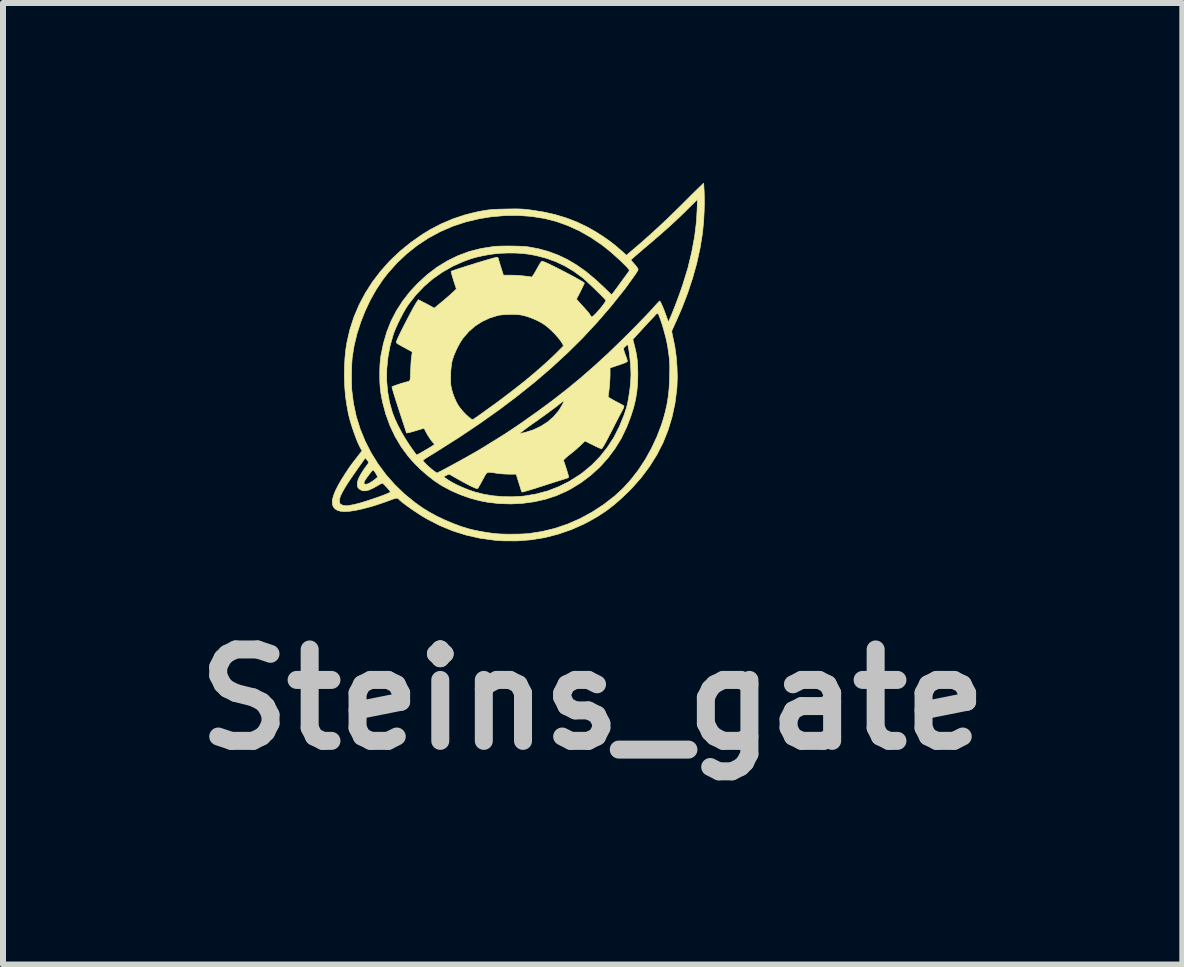
<source format=kicad_pcb>
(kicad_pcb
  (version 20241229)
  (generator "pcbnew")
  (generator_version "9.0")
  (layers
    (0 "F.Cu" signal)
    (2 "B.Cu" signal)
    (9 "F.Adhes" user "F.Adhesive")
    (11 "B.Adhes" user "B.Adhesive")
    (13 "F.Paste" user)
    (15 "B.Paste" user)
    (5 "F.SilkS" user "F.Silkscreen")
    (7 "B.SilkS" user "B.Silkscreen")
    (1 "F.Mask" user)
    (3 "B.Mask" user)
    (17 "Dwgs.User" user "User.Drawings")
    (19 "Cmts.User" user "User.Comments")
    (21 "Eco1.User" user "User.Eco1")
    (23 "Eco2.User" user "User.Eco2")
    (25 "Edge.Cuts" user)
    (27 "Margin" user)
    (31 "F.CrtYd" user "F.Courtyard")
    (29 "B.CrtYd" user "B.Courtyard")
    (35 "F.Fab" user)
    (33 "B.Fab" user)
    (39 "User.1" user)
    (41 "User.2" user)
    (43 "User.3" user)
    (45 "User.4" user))
  (footprint "Steins_gate"
    (layer "F.Cu")
    (at 5.595 2.981)
    (property "Reference" "Steins_gate" (at 1.234 5.629 180) (layer "Dwgs.User") (effects (font (size 1.524 1.524) (thickness 0.3))))
    (attr through_hole)
    (fp_poly (pts (xy 3.084 -2.976) (xy 3.085 -2.965) (xy 3.087 -2.938) (xy 3.089 -2.897) (xy 3.092 -2.845) (xy 3.094 -2.788) (xy 3.096 -2.65) (xy 3.092 -2.5) (xy 3.084 -2.347) (xy 3.07 -2.199) (xy 3.062 -2.127) (xy 3.023 -1.889) (xy 2.969 -1.643) (xy 2.899 -1.393) (xy 2.816 -1.142) (xy 2.72 -0.892) (xy 2.63 -0.687) (xy 2.606 -0.635) (xy 2.585 -0.589) (xy 2.568 -0.551) (xy 2.557 -0.526) (xy 2.553 -0.517) (xy 2.553 -0.501) (xy 2.558 -0.471) (xy 2.566 -0.433) (xy 2.568 -0.423) (xy 2.602 -0.263) (xy 2.626 -0.091) (xy 2.64 0.085) (xy 2.645 0.26) (xy 2.639 0.426) (xy 2.636 0.458) (xy 2.606 0.693) (xy 2.557 0.92) (xy 2.491 1.138) (xy 2.407 1.348) (xy 2.304 1.55) (xy 2.183 1.743) (xy 2.044 1.929) (xy 1.887 2.107) (xy 1.848 2.147) (xy 1.717 2.273) (xy 1.59 2.384) (xy 1.462 2.482) (xy 1.329 2.57) (xy 1.187 2.652) (xy 1.086 2.705) (xy 0.875 2.798) (xy 0.658 2.873) (xy 0.435 2.93) (xy 0.207 2.967) (xy -0.024 2.985) (xy -0.257 2.984) (xy -0.408 2.973) (xy -0.646 2.94) (xy -0.876 2.888) (xy -1.098 2.818) (xy -1.314 2.729) (xy -1.524 2.621) (xy -1.603 2.575) (xy -1.658 2.54) (xy -1.717 2.501) (xy -1.778 2.46) (xy -1.837 2.418) (xy -1.892 2.378) (xy -1.939 2.342) (xy -1.975 2.312) (xy -1.997 2.291) (xy -2.011 2.278) (xy -2.027 2.273) (xy -2.05 2.275) (xy -2.083 2.284) (xy -2.118 2.297) (xy -2.221 2.335) (xy -2.311 2.366) (xy -2.393 2.393) (xy -2.47 2.416) (xy -2.549 2.437) (xy -2.6 2.45) (xy -2.717 2.476) (xy -2.818 2.491) (xy -2.902 2.496) (xy -2.972 2.49) (xy -3.026 2.473) (xy -3.066 2.446) (xy -3.093 2.409) (xy -3.098 2.394) (xy -3.106 2.348) (xy -3.104 2.316) (xy -2.988 2.316) (xy -2.988 2.317) (xy -2.984 2.351) (xy -2.969 2.374) (xy -2.938 2.388) (xy -2.932 2.39) (xy -2.905 2.397) (xy -2.876 2.399) (xy -2.842 2.397) (xy -2.797 2.389) (xy -2.746 2.38) (xy -2.701 2.369) (xy -2.645 2.354) (xy -2.581 2.335) (xy -2.512 2.313) (xy -2.442 2.29) (xy -2.372 2.266) (xy -2.306 2.243) (xy -2.247 2.221) (xy -2.198 2.201) (xy -2.161 2.185) (xy -2.14 2.173) (xy -2.138 2.172) (xy -2.141 2.162) (xy -2.155 2.142) (xy -2.177 2.116) (xy -2.202 2.088) (xy -2.228 2.06) (xy -2.251 2.038) (xy -2.268 2.024) (xy -2.273 2.022) (xy -2.285 2.027) (xy -2.31 2.04) (xy -2.343 2.059) (xy -2.357 2.067) (xy -2.432 2.109) (xy -2.496 2.137) (xy -2.55 2.15) (xy -2.595 2.15) (xy -2.634 2.135) (xy -2.654 2.121) (xy -2.677 2.098) (xy -2.687 2.076) (xy -2.689 2.047) (xy -2.687 2.021) (xy -2.578 2.021) (xy -2.575 2.032) (xy -2.558 2.041) (xy -2.53 2.039) (xy -2.503 2.03) (xy -2.48 2.018) (xy -2.45 1.999) (xy -2.418 1.977) (xy -2.388 1.954) (xy -2.365 1.935) (xy -2.352 1.922) (xy -2.351 1.919) (xy -2.356 1.905) (xy -2.369 1.88) (xy -2.387 1.85) (xy -2.407 1.821) (xy -2.411 1.816) (xy -2.419 1.807) (xy -2.426 1.803) (xy -2.435 1.808) (xy -2.449 1.823) (xy -2.471 1.85) (xy -2.498 1.885) (xy -2.535 1.936) (xy -2.56 1.974) (xy -2.574 2.002) (xy -2.578 2.021) (xy -2.687 2.021) (xy -2.686 2.009) (xy -2.677 1.97) (xy -2.674 1.961) (xy -2.658 1.925) (xy -2.633 1.878) (xy -2.601 1.826) (xy -2.567 1.776) (xy -2.536 1.733) (xy -2.516 1.707) (xy -2.504 1.686) (xy -2.5 1.678) (xy -2.506 1.665) (xy -2.521 1.643) (xy -2.528 1.634) (xy -2.556 1.601) (xy -2.661 1.749) (xy -2.737 1.858) (xy -2.802 1.952) (xy -2.856 2.034) (xy -2.899 2.103) (xy -2.933 2.162) (xy -2.958 2.212) (xy -2.975 2.253) (xy -2.985 2.288) (xy -2.988 2.316) (xy -3.104 2.316) (xy -3.102 2.292) (xy -3.085 2.228) (xy -3.055 2.152) (xy -3.012 2.066) (xy -2.955 1.967) (xy -2.885 1.856) (xy -2.866 1.828) (xy -2.836 1.782) (xy -2.809 1.743) (xy -2.783 1.707) (xy -2.755 1.67) (xy -2.722 1.627) (xy -2.682 1.576) (xy -2.652 1.537) (xy -2.609 1.483) (xy -2.629 1.451) (xy -2.654 1.404) (xy -2.683 1.341) (xy -2.713 1.266) (xy -2.743 1.184) (xy -2.772 1.099) (xy -2.799 1.013) (xy -2.822 0.932) (xy -2.839 0.859) (xy -2.845 0.827) (xy -2.849 0.805) (xy -2.855 0.77) (xy -2.863 0.731) (xy -2.863 0.727) (xy -2.885 0.584) (xy -2.898 0.428) (xy -2.904 0.285) (xy -2.786 0.285) (xy -2.785 0.361) (xy -2.783 0.428) (xy -2.781 0.473) (xy -2.753 0.693) (xy -2.707 0.908) (xy -2.642 1.118) (xy -2.559 1.321) (xy -2.459 1.517) (xy -2.342 1.705) (xy -2.21 1.883) (xy -2.061 2.051) (xy -1.898 2.208) (xy -1.72 2.352) (xy -1.601 2.436) (xy -1.486 2.507) (xy -1.357 2.577) (xy -1.219 2.642) (xy -1.077 2.701) (xy -0.938 2.752) (xy -0.806 2.791) (xy -0.77 2.8) (xy -0.658 2.823) (xy -0.539 2.844) (xy -0.424 2.86) (xy -0.324 2.869) (xy -0.27 2.871) (xy -0.203 2.873) (xy -0.129 2.873) (xy -0.051 2.872) (xy 0.024 2.871) (xy 0.092 2.868) (xy 0.148 2.865) (xy 0.169 2.863) (xy 0.389 2.829) (xy 0.606 2.776) (xy 0.818 2.704) (xy 1.024 2.614) (xy 1.225 2.505) (xy 1.418 2.379) (xy 1.6 2.238) (xy 1.74 2.109) (xy 1.873 1.962) (xy 1.998 1.801) (xy 2.112 1.627) (xy 2.214 1.443) (xy 2.304 1.251) (xy 2.38 1.053) (xy 2.411 0.956) (xy 2.446 0.829) (xy 2.473 0.707) (xy 2.493 0.585) (xy 2.507 0.457) (xy 2.515 0.318) (xy 2.517 0.244) (xy 2.519 0.164) (xy 2.519 0.099) (xy 2.519 0.045) (xy 2.516 -0.006) (xy 2.512 -0.056) (xy 2.505 -0.111) (xy 2.496 -0.175) (xy 2.485 -0.254) (xy 2.474 -0.311) (xy 2.459 -0.381) (xy 2.439 -0.458) (xy 2.418 -0.536) (xy 2.396 -0.611) (xy 2.375 -0.675) (xy 2.369 -0.692) (xy 2.35 -0.745) (xy 2.336 -0.781) (xy 2.325 -0.802) (xy 2.314 -0.808) (xy 2.299 -0.8) (xy 2.28 -0.781) (xy 2.252 -0.75) (xy 2.248 -0.746) (xy 2.21 -0.706) (xy 2.164 -0.657) (xy 2.114 -0.603) (xy 2.063 -0.548) (xy 2.015 -0.495) (xy 1.973 -0.45) (xy 1.941 -0.414) (xy 1.94 -0.413) (xy 1.904 -0.373) (xy 1.928 -0.28) (xy 1.95 -0.19) (xy 1.966 -0.108) (xy 1.977 -0.027) (xy 1.983 0.058) (xy 1.986 0.155) (xy 1.987 0.209) (xy 1.983 0.359) (xy 1.97 0.501) (xy 1.947 0.638) (xy 1.913 0.775) (xy 1.867 0.917) (xy 1.809 1.069) (xy 1.799 1.092) (xy 1.712 1.274) (xy 1.607 1.445) (xy 1.487 1.606) (xy 1.352 1.755) (xy 1.203 1.891) (xy 1.041 2.013) (xy 0.867 2.12) (xy 0.792 2.159) (xy 0.624 2.233) (xy 0.445 2.291) (xy 0.258 2.333) (xy 0.066 2.359) (xy -0.13 2.369) (xy -0.327 2.363) (xy -0.523 2.34) (xy -0.65 2.315) (xy -0.807 2.273) (xy -0.968 2.216) (xy -1.125 2.148) (xy -1.271 2.07) (xy -1.298 2.054) (xy -1.409 1.98) (xy -1.493 1.914) (xy -1.25 1.914) (xy -1.223 1.936) (xy -1.169 1.974) (xy -1.099 2.015) (xy -1.018 2.057) (xy -0.928 2.097) (xy -0.836 2.134) (xy -0.743 2.166) (xy -0.727 2.171) (xy -0.584 2.207) (xy -0.43 2.233) (xy -0.268 2.247) (xy -0.106 2.25) (xy 0.053 2.241) (xy 0.095 2.237) (xy 0.294 2.203) (xy 0.485 2.152) (xy 0.667 2.082) (xy 0.843 1.994) (xy 1.011 1.888) (xy 1.072 1.844) (xy 1.222 1.719) (xy 1.358 1.579) (xy 1.479 1.426) (xy 1.587 1.26) (xy 1.679 1.079) (xy 1.758 0.886) (xy 1.797 0.767) (xy 1.815 0.697) (xy 1.831 0.612) (xy 1.846 0.518) (xy 1.859 0.421) (xy 1.867 0.325) (xy 1.872 0.237) (xy 1.872 0.204) (xy 1.871 0.153) (xy 1.868 0.091) (xy 1.863 0.022) (xy 1.856 -0.049) (xy 1.849 -0.117) (xy 1.841 -0.177) (xy 1.833 -0.224) (xy 1.83 -0.239) (xy 1.817 -0.293) (xy 1.78 -0.259) (xy 1.764 -0.244) (xy 1.754 -0.232) (xy 1.75 -0.219) (xy 1.751 -0.202) (xy 1.758 -0.176) (xy 1.771 -0.137) (xy 1.787 -0.095) (xy 1.8 -0.059) (xy 1.809 -0.029) (xy 1.813 -0.01) (xy 1.813 -0.01) (xy 1.806 -0.001) (xy 1.785 0.011) (xy 1.748 0.026) (xy 1.694 0.045) (xy 1.668 0.054) (xy 1.524 0.102) (xy 1.524 0.218) (xy 1.522 0.279) (xy 1.518 0.351) (xy 1.511 0.428) (xy 1.503 0.503) (xy 1.494 0.567) (xy 1.491 0.582) (xy 1.499 0.59) (xy 1.521 0.605) (xy 1.555 0.625) (xy 1.598 0.649) (xy 1.617 0.659) (xy 1.663 0.683) (xy 1.704 0.705) (xy 1.735 0.722) (xy 1.752 0.733) (xy 1.755 0.735) (xy 1.755 0.749) (xy 1.744 0.779) (xy 1.72 0.823) (xy 1.72 0.823) (xy 1.703 0.856) (xy 1.678 0.902) (xy 1.649 0.959) (xy 1.617 1.021) (xy 1.584 1.086) (xy 1.574 1.106) (xy 1.528 1.196) (xy 1.487 1.274) (xy 1.452 1.34) (xy 1.423 1.391) (xy 1.401 1.427) (xy 1.387 1.447) (xy 1.384 1.45) (xy 1.372 1.447) (xy 1.347 1.437) (xy 1.31 1.421) (xy 1.265 1.399) (xy 1.241 1.387) (xy 1.106 1.32) (xy 1.028 1.395) (xy 0.986 1.434) (xy 0.938 1.476) (xy 0.893 1.513) (xy 0.876 1.526) (xy 0.84 1.554) (xy 0.806 1.582) (xy 0.781 1.605) (xy 0.774 1.611) (xy 0.747 1.64) (xy 0.767 1.699) (xy 0.786 1.754) (xy 0.803 1.809) (xy 0.818 1.857) (xy 0.828 1.894) (xy 0.831 1.904) (xy 0.833 1.917) (xy 0.83 1.927) (xy 0.818 1.935) (xy 0.794 1.944) (xy 0.755 1.956) (xy 0.75 1.957) (xy 0.713 1.969) (xy 0.662 1.985) (xy 0.601 2.004) (xy 0.533 2.026) (xy 0.464 2.048) (xy 0.396 2.07) (xy 0.336 2.089) (xy 0.294 2.103) (xy 0.268 2.112) (xy 0.231 2.122) (xy 0.19 2.135) (xy 0.147 2.147) (xy 0.109 2.158) (xy 0.078 2.167) (xy 0.06 2.171) (xy 0.058 2.171) (xy 0.05 2.163) (xy 0.045 2.149) (xy 0.039 2.131) (xy 0.03 2.099) (xy 0.016 2.056) (xy 0.001 2.008) (xy -0.002 2) (xy -0.041 1.873) (xy -0.153 1.873) (xy -0.214 1.871) (xy -0.281 1.867) (xy -0.344 1.86) (xy -0.369 1.857) (xy -0.428 1.847) (xy -0.47 1.842) (xy -0.5 1.841) (xy -0.523 1.848) (xy -0.541 1.864) (xy -0.559 1.891) (xy -0.58 1.93) (xy -0.601 1.969) (xy -0.627 2.016) (xy -0.65 2.057) (xy -0.668 2.089) (xy -0.68 2.108) (xy -0.683 2.111) (xy -0.697 2.112) (xy -0.727 2.103) (xy -0.774 2.082) (xy -0.836 2.051) (xy -0.915 2.009) (xy -1.011 1.956) (xy -1.016 1.953) (xy -1.16 1.871) (xy -1.25 1.914) (xy -1.493 1.914) (xy -1.523 1.891) (xy -1.635 1.793) (xy -1.739 1.69) (xy -1.779 1.646) (xy -1.594 1.646) (xy -1.586 1.659) (xy -1.566 1.682) (xy -1.537 1.712) (xy -1.502 1.744) (xy -1.465 1.777) (xy -1.428 1.807) (xy -1.395 1.832) (xy -1.37 1.848) (xy -1.357 1.853) (xy -1.347 1.848) (xy -1.323 1.835) (xy -1.286 1.816) (xy -1.238 1.791) (xy -1.184 1.762) (xy -1.147 1.742) (xy -1.081 1.706) (xy -1.013 1.669) (xy -0.949 1.634) (xy -0.892 1.602) (xy -0.847 1.577) (xy -0.837 1.571) (xy -0.791 1.545) (xy -0.746 1.519) (xy -0.709 1.498) (xy -0.687 1.486) (xy -0.664 1.472) (xy -0.627 1.45) (xy -0.579 1.421) (xy -0.523 1.386) (xy -0.462 1.348) (xy -0.398 1.309) (xy -0.334 1.269) (xy -0.274 1.232) (xy -0.22 1.198) (xy -0.212 1.193) (xy 0.021 1.193) (xy 0.026 1.195) (xy 0.042 1.192) (xy 0.074 1.185) (xy 0.112 1.176) (xy 0.247 1.133) (xy 0.37 1.075) (xy 0.482 1.003) (xy 0.58 0.918) (xy 0.663 0.821) (xy 0.669 0.812) (xy 0.689 0.782) (xy 0.71 0.747) (xy 0.73 0.712) (xy 0.746 0.68) (xy 0.756 0.658) (xy 0.757 0.652) (xy 0.754 0.651) (xy 0.745 0.656) (xy 0.728 0.668) (xy 0.7 0.689) (xy 0.659 0.721) (xy 0.633 0.742) (xy 0.595 0.771) (xy 0.547 0.806) (xy 0.498 0.843) (xy 0.463 0.868) (xy 0.421 0.899) (xy 0.381 0.927) (xy 0.348 0.951) (xy 0.329 0.966) (xy 0.299 0.987) (xy 0.269 1.007) (xy 0.264 1.01) (xy 0.246 1.023) (xy 0.217 1.043) (xy 0.18 1.07) (xy 0.14 1.099) (xy 0.101 1.128) (xy 0.066 1.155) (xy 0.04 1.175) (xy 0.025 1.187) (xy 0.021 1.193) (xy -0.212 1.193) (xy -0.199 1.184) (xy -0.164 1.161) (xy -0.116 1.129) (xy -0.061 1.092) (xy -0.002 1.052) (xy 0.055 1.013) (xy 0.318 0.827) (xy 0.567 0.643) (xy 0.805 0.458) (xy 1.035 0.268) (xy 1.261 0.071) (xy 1.487 -0.136) (xy 1.716 -0.357) (xy 1.854 -0.494) (xy 1.921 -0.562) (xy 1.988 -0.63) (xy 2.052 -0.697) (xy 2.112 -0.758) (xy 2.164 -0.813) (xy 2.207 -0.859) (xy 2.239 -0.894) (xy 2.241 -0.896) (xy 2.276 -0.936) (xy 2.307 -0.97) (xy 2.332 -0.996) (xy 2.346 -1.011) (xy 2.35 -1.014) (xy 2.358 -1.007) (xy 2.371 -0.984) (xy 2.388 -0.948) (xy 2.408 -0.901) (xy 2.429 -0.848) (xy 2.45 -0.792) (xy 2.469 -0.739) (xy 2.482 -0.703) (xy 2.491 -0.682) (xy 2.497 -0.672) (xy 2.501 -0.672) (xy 2.505 -0.68) (xy 2.51 -0.692) (xy 2.523 -0.724) (xy 2.535 -0.752) (xy 2.553 -0.794) (xy 2.576 -0.851) (xy 2.603 -0.919) (xy 2.632 -0.995) (xy 2.662 -1.076) (xy 2.691 -1.156) (xy 2.718 -1.233) (xy 2.739 -1.295) (xy 2.821 -1.562) (xy 2.885 -1.826) (xy 2.933 -2.085) (xy 2.964 -2.337) (xy 2.975 -2.532) (xy 2.981 -2.708) (xy 2.778 -2.507) (xy 2.691 -2.422) (xy 2.6 -2.336) (xy 2.503 -2.247) (xy 2.397 -2.153) (xy 2.28 -2.051) (xy 2.151 -1.941) (xy 2.076 -1.878) (xy 2.031 -1.839) (xy 1.988 -1.802) (xy 1.95 -1.769) (xy 1.921 -1.744) (xy 1.914 -1.738) (xy 1.87 -1.697) (xy 1.931 -1.628) (xy 1.958 -1.596) (xy 1.979 -1.567) (xy 1.99 -1.547) (xy 1.992 -1.541) (xy 1.987 -1.526) (xy 1.972 -1.499) (xy 1.95 -1.465) (xy 1.935 -1.443) (xy 1.883 -1.37) (xy 1.842 -1.313) (xy 1.809 -1.267) (xy 1.783 -1.231) (xy 1.762 -1.204) (xy 1.758 -1.199) (xy 1.536 -0.921) (xy 1.305 -0.654) (xy 1.064 -0.395) (xy 0.811 -0.145) (xy 0.544 0.101) (xy 0.263 0.342) (xy -0.035 0.58) (xy -0.305 0.784) (xy -0.639 1.021) (xy -0.988 1.256) (xy -1.356 1.489) (xy -1.404 1.519) (xy -1.466 1.557) (xy -1.513 1.586) (xy -1.546 1.607) (xy -1.569 1.622) (xy -1.583 1.632) (xy -1.591 1.639) (xy -1.593 1.644) (xy -1.594 1.646) (xy -1.779 1.646) (xy -1.831 1.586) (xy -1.837 1.58) (xy -1.957 1.417) (xy -2.06 1.244) (xy -2.146 1.061) (xy -2.216 0.868) (xy -2.27 0.664) (xy -2.298 0.513) (xy -2.307 0.438) (xy -2.313 0.349) (xy -2.314 0.31) (xy -2.2 0.31) (xy -2.184 0.496) (xy -2.152 0.676) (xy -2.103 0.849) (xy -2.101 0.854) (xy -2.064 0.948) (xy -2.016 1.052) (xy -1.96 1.159) (xy -1.899 1.265) (xy -1.836 1.364) (xy -1.822 1.385) (xy -1.781 1.444) (xy -1.747 1.492) (xy -1.721 1.527) (xy -1.705 1.548) (xy -1.699 1.554) (xy -1.689 1.549) (xy -1.666 1.536) (xy -1.633 1.518) (xy -1.607 1.503) (xy -1.551 1.47) (xy -1.508 1.445) (xy -1.478 1.427) (xy -1.456 1.413) (xy -1.44 1.403) (xy -1.427 1.394) (xy -1.425 1.392) (xy -1.4 1.375) (xy -1.426 1.347) (xy -1.454 1.313) (xy -1.487 1.267) (xy -1.518 1.218) (xy -1.544 1.172) (xy -1.554 1.15) (xy -1.57 1.12) (xy -1.583 1.108) (xy -1.587 1.109) (xy -1.612 1.117) (xy -1.649 1.129) (xy -1.694 1.142) (xy -1.74 1.156) (xy -1.783 1.168) (xy -1.816 1.177) (xy -1.833 1.18) (xy -1.868 1.187) (xy -1.969 0.88) (xy -2.006 0.767) (xy -2.038 0.668) (xy -2.064 0.584) (xy -2.085 0.517) (xy -2.1 0.465) (xy -2.109 0.432) (xy -2.112 0.417) (xy -2.103 0.412) (xy -2.079 0.402) (xy -2.045 0.39) (xy -2.004 0.376) (xy -1.962 0.362) (xy -1.921 0.35) (xy -1.887 0.34) (xy -1.863 0.334) (xy -1.863 0.334) (xy -1.843 0.33) (xy -1.828 0.326) (xy -1.818 0.318) (xy -1.811 0.304) (xy -1.134 0.304) (xy -1.132 0.369) (xy -1.128 0.403) (xy -1.115 0.463) (xy -1.095 0.532) (xy -1.068 0.603) (xy -1.039 0.668) (xy -1.015 0.712) (xy -0.988 0.753) (xy -0.954 0.796) (xy -0.917 0.839) (xy -0.878 0.879) (xy -0.84 0.914) (xy -0.807 0.942) (xy -0.78 0.959) (xy -0.762 0.963) (xy -0.762 0.962) (xy -0.75 0.955) (xy -0.725 0.938) (xy -0.69 0.914) (xy -0.646 0.883) (xy -0.601 0.851) (xy -0.552 0.815) (xy -0.506 0.782) (xy -0.467 0.754) (xy -0.438 0.733) (xy -0.423 0.723) (xy -0.39 0.699) (xy -0.345 0.666) (xy -0.289 0.624) (xy -0.227 0.577) (xy -0.161 0.527) (xy -0.095 0.476) (xy -0.031 0.426) (xy 0.028 0.38) (xy 0.079 0.34) (xy 0.085 0.335) (xy 0.18 0.257) (xy 0.277 0.175) (xy 0.374 0.091) (xy 0.465 0.009) (xy 0.549 -0.068) (xy 0.622 -0.138) (xy 0.646 -0.162) (xy 0.749 -0.266) (xy 0.732 -0.3) (xy 0.702 -0.347) (xy 0.66 -0.401) (xy 0.609 -0.459) (xy 0.551 -0.517) (xy 0.491 -0.572) (xy 0.45 -0.605) (xy 0.391 -0.645) (xy 0.319 -0.684) (xy 0.239 -0.72) (xy 0.158 -0.75) (xy 0.115 -0.763) (xy 0.07 -0.774) (xy 0.032 -0.782) (xy -0.007 -0.786) (xy -0.052 -0.789) (xy -0.109 -0.79) (xy -0.129 -0.79) (xy -0.211 -0.788) (xy -0.277 -0.783) (xy -0.331 -0.776) (xy -0.349 -0.772) (xy -0.483 -0.73) (xy -0.61 -0.671) (xy -0.726 -0.596) (xy -0.831 -0.505) (xy -0.923 -0.399) (xy -0.939 -0.377) (xy -0.975 -0.321) (xy -1.013 -0.252) (xy -1.049 -0.177) (xy -1.08 -0.103) (xy -1.103 -0.036) (xy -1.105 -0.03) (xy -1.116 0.019) (xy -1.124 0.083) (xy -1.131 0.155) (xy -1.134 0.231) (xy -1.134 0.304) (xy -1.811 0.304) (xy -1.811 0.304) (xy -1.807 0.281) (xy -1.804 0.246) (xy -1.802 0.196) (xy -1.8 0.137) (xy -1.797 0.074) (xy -1.794 0.013) (xy -1.79 -0.04) (xy -1.785 -0.082) (xy -1.782 -0.104) (xy -1.776 -0.138) (xy -1.775 -0.158) (xy -1.779 -0.168) (xy -1.784 -0.172) (xy -1.797 -0.179) (xy -1.825 -0.194) (xy -1.863 -0.215) (xy -1.907 -0.239) (xy -1.921 -0.246) (xy -1.969 -0.273) (xy -2.003 -0.292) (xy -2.024 -0.306) (xy -2.035 -0.317) (xy -2.039 -0.327) (xy -2.038 -0.335) (xy -2.029 -0.359) (xy -2.012 -0.397) (xy -1.989 -0.447) (xy -1.96 -0.507) (xy -1.927 -0.573) (xy -1.891 -0.644) (xy -1.854 -0.715) (xy -1.817 -0.785) (xy -1.782 -0.851) (xy -1.75 -0.91) (xy -1.722 -0.959) (xy -1.699 -0.996) (xy -1.691 -1.008) (xy -1.672 -1.036) (xy -1.576 -0.986) (xy -1.532 -0.964) (xy -1.491 -0.942) (xy -1.458 -0.924) (xy -1.443 -0.916) (xy -1.407 -0.894) (xy -1.289 -0.991) (xy -1.241 -1.031) (xy -1.192 -1.073) (xy -1.147 -1.112) (xy -1.111 -1.145) (xy -1.104 -1.151) (xy -1.038 -1.214) (xy -1.06 -1.282) (xy -1.08 -1.343) (xy -1.097 -1.398) (xy -1.111 -1.446) (xy -1.12 -1.481) (xy -1.125 -1.503) (xy -1.125 -1.508) (xy -1.112 -1.514) (xy -1.083 -1.524) (xy -1.04 -1.539) (xy -0.985 -1.557) (xy -0.922 -1.577) (xy -0.852 -1.6) (xy -0.779 -1.622) (xy -0.704 -1.646) (xy -0.631 -1.668) (xy -0.561 -1.689) (xy -0.498 -1.707) (xy -0.445 -1.723) (xy -0.402 -1.734) (xy -0.374 -1.741) (xy -0.364 -1.743) (xy -0.347 -1.738) (xy -0.337 -1.721) (xy -0.335 -1.711) (xy -0.33 -1.689) (xy -0.319 -1.653) (xy -0.306 -1.608) (xy -0.291 -1.561) (xy -0.254 -1.444) (xy -0.129 -1.444) (xy -0.077 -1.443) (xy -0.017 -1.44) (xy 0.046 -1.435) (xy 0.107 -1.429) (xy 0.16 -1.423) (xy 0.201 -1.416) (xy 0.217 -1.413) (xy 0.225 -1.42) (xy 0.242 -1.442) (xy 0.264 -1.477) (xy 0.29 -1.522) (xy 0.302 -1.544) (xy 0.331 -1.596) (xy 0.353 -1.633) (xy 0.369 -1.657) (xy 0.381 -1.671) (xy 0.391 -1.676) (xy 0.397 -1.676) (xy 0.415 -1.67) (xy 0.448 -1.657) (xy 0.492 -1.637) (xy 0.546 -1.611) (xy 0.607 -1.581) (xy 0.672 -1.548) (xy 0.741 -1.513) (xy 0.809 -1.477) (xy 0.875 -1.442) (xy 0.937 -1.409) (xy 0.991 -1.378) (xy 1.037 -1.352) (xy 1.071 -1.331) (xy 1.091 -1.317) (xy 1.096 -1.312) (xy 1.091 -1.3) (xy 1.079 -1.274) (xy 1.062 -1.237) (xy 1.04 -1.193) (xy 1.016 -1.145) (xy 0.991 -1.097) (xy 0.982 -1.081) (xy 0.971 -1.059) (xy 0.966 -1.045) (xy 0.966 -1.044) (xy 0.973 -1.035) (xy 0.991 -1.014) (xy 1.017 -0.983) (xy 1.051 -0.947) (xy 1.072 -0.924) (xy 1.11 -0.883) (xy 1.144 -0.844) (xy 1.172 -0.81) (xy 1.189 -0.786) (xy 1.193 -0.779) (xy 1.206 -0.758) (xy 1.218 -0.747) (xy 1.219 -0.747) (xy 1.233 -0.755) (xy 1.257 -0.775) (xy 1.287 -0.805) (xy 1.32 -0.842) (xy 1.355 -0.882) (xy 1.389 -0.923) (xy 1.418 -0.961) (xy 1.44 -0.993) (xy 1.452 -1.016) (xy 1.454 -1.023) (xy 1.447 -1.033) (xy 1.428 -1.055) (xy 1.399 -1.085) (xy 1.362 -1.123) (xy 1.319 -1.165) (xy 1.273 -1.211) (xy 1.225 -1.256) (xy 1.179 -1.3) (xy 1.137 -1.34) (xy 1.1 -1.373) (xy 1.071 -1.399) (xy 1.06 -1.407) (xy 0.915 -1.512) (xy 0.769 -1.599) (xy 0.619 -1.67) (xy 0.46 -1.727) (xy 0.291 -1.771) (xy 0.181 -1.792) (xy 0.075 -1.805) (xy -0.044 -1.813) (xy -0.168 -1.814) (xy -0.293 -1.81) (xy -0.411 -1.799) (xy -0.489 -1.788) (xy -0.578 -1.772) (xy -0.654 -1.756) (xy -0.722 -1.74) (xy -0.788 -1.72) (xy -0.857 -1.696) (xy -0.917 -1.674) (xy -1.095 -1.595) (xy -1.265 -1.499) (xy -1.426 -1.387) (xy -1.574 -1.26) (xy -1.709 -1.119) (xy -1.83 -0.965) (xy -1.857 -0.926) (xy -1.892 -0.87) (xy -1.931 -0.801) (xy -1.971 -0.724) (xy -2.01 -0.645) (xy -2.045 -0.568) (xy -2.074 -0.498) (xy -2.091 -0.45) (xy -2.144 -0.263) (xy -2.179 -0.072) (xy -2.198 0.12) (xy -2.2 0.31) (xy -2.314 0.31) (xy -2.315 0.253) (xy -2.315 0.154) (xy -2.312 0.058) (xy -2.305 -0.029) (xy -2.297 -0.095) (xy -2.255 -0.301) (xy -2.199 -0.494) (xy -2.128 -0.675) (xy -2.04 -0.846) (xy -1.936 -1.009) (xy -1.815 -1.165) (xy -1.679 -1.31) (xy -1.524 -1.453) (xy -1.36 -1.577) (xy -1.189 -1.682) (xy -1.011 -1.769) (xy -0.825 -1.838) (xy -0.631 -1.888) (xy -0.429 -1.92) (xy -0.401 -1.923) (xy -0.352 -1.927) (xy -0.29 -1.929) (xy -0.218 -1.93) (xy -0.141 -1.93) (xy -0.063 -1.929) (xy 0.011 -1.927) (xy 0.076 -1.924) (xy 0.129 -1.92) (xy 0.154 -1.917) (xy 0.329 -1.885) (xy 0.496 -1.839) (xy 0.657 -1.779) (xy 0.813 -1.705) (xy 0.966 -1.614) (xy 1.118 -1.507) (xy 1.27 -1.381) (xy 1.418 -1.245) (xy 1.459 -1.205) (xy 1.495 -1.17) (xy 1.523 -1.142) (xy 1.542 -1.124) (xy 1.548 -1.118) (xy 1.551 -1.119) (xy 1.558 -1.127) (xy 1.57 -1.143) (xy 1.589 -1.168) (xy 1.616 -1.204) (xy 1.652 -1.252) (xy 1.697 -1.315) (xy 1.712 -1.335) (xy 1.754 -1.393) (xy 1.787 -1.437) (xy 1.81 -1.47) (xy 1.827 -1.492) (xy 1.837 -1.507) (xy 1.844 -1.517) (xy 1.846 -1.521) (xy 1.842 -1.533) (xy 1.825 -1.556) (xy 1.797 -1.588) (xy 1.758 -1.626) (xy 1.713 -1.671) (xy 1.662 -1.718) (xy 1.607 -1.768) (xy 1.551 -1.817) (xy 1.496 -1.864) (xy 1.442 -1.907) (xy 1.395 -1.944) (xy 1.207 -2.072) (xy 1.016 -2.181) (xy 0.822 -2.27) (xy 0.626 -2.34) (xy 0.433 -2.389) (xy 0.216 -2.424) (xy -0.008 -2.44) (xy -0.236 -2.437) (xy -0.469 -2.416) (xy -0.658 -2.385) (xy -0.881 -2.332) (xy -1.096 -2.261) (xy -1.302 -2.172) (xy -1.499 -2.066) (xy -1.685 -1.944) (xy -1.861 -1.805) (xy -2.026 -1.65) (xy -2.178 -1.48) (xy -2.267 -1.365) (xy -2.373 -1.206) (xy -2.471 -1.033) (xy -2.558 -0.849) (xy -2.633 -0.659) (xy -2.695 -0.465) (xy -2.742 -0.272) (xy -2.772 -0.084) (xy -2.774 -0.07) (xy -2.778 -0.019) (xy -2.782 0.047) (xy -2.784 0.123) (xy -2.786 0.204) (xy -2.786 0.285) (xy -2.904 0.285) (xy -2.905 0.265) (xy -2.903 0.099) (xy -2.895 -0.065) (xy -2.879 -0.219) (xy -2.862 -0.324) (xy -2.813 -0.538) (xy -2.745 -0.747) (xy -2.659 -0.95) (xy -2.555 -1.146) (xy -2.435 -1.334) (xy -2.298 -1.513) (xy -2.146 -1.683) (xy -1.978 -1.842) (xy -1.797 -1.99) (xy -1.601 -2.126) (xy -1.474 -2.204) (xy -1.291 -2.299) (xy -1.097 -2.382) (xy -0.898 -2.448) (xy -0.782 -2.478) (xy -0.696 -2.498) (xy -0.621 -2.513) (xy -0.552 -2.525) (xy -0.485 -2.534) (xy -0.414 -2.54) (xy -0.334 -2.544) (xy -0.241 -2.546) (xy -0.209 -2.547) (xy -0.125 -2.548) (xy -0.056 -2.549) (xy 0.002 -2.548) (xy 0.053 -2.546) (xy 0.104 -2.542) (xy 0.157 -2.536) (xy 0.199 -2.531) (xy 0.411 -2.498) (xy 0.608 -2.454) (xy 0.794 -2.398) (xy 0.97 -2.33) (xy 1.141 -2.249) (xy 1.285 -2.167) (xy 1.406 -2.09) (xy 1.516 -2.013) (xy 1.62 -1.932) (xy 1.726 -1.84) (xy 1.748 -1.821) (xy 1.797 -1.776) (xy 1.898 -1.862) (xy 2.053 -1.995) (xy 2.197 -2.123) (xy 2.336 -2.25) (xy 2.475 -2.38) (xy 2.617 -2.518) (xy 2.743 -2.643) (xy 2.81 -2.71) (xy 2.873 -2.773) (xy 2.931 -2.83) (xy 2.981 -2.879) (xy 3.023 -2.92) (xy 3.055 -2.95) (xy 3.075 -2.969) (xy 3.083 -2.976) (xy 3.084 -2.976)) (stroke (width 0.01) (type solid)) (fill yes) (layer "F.SilkS")))
  (gr_rect
    (start -3 -3)
    (end 16.658 13.028)
    (stroke (width 0.1) (type default))
    (fill no)
    (layer "Edge.Cuts")))
</source>
